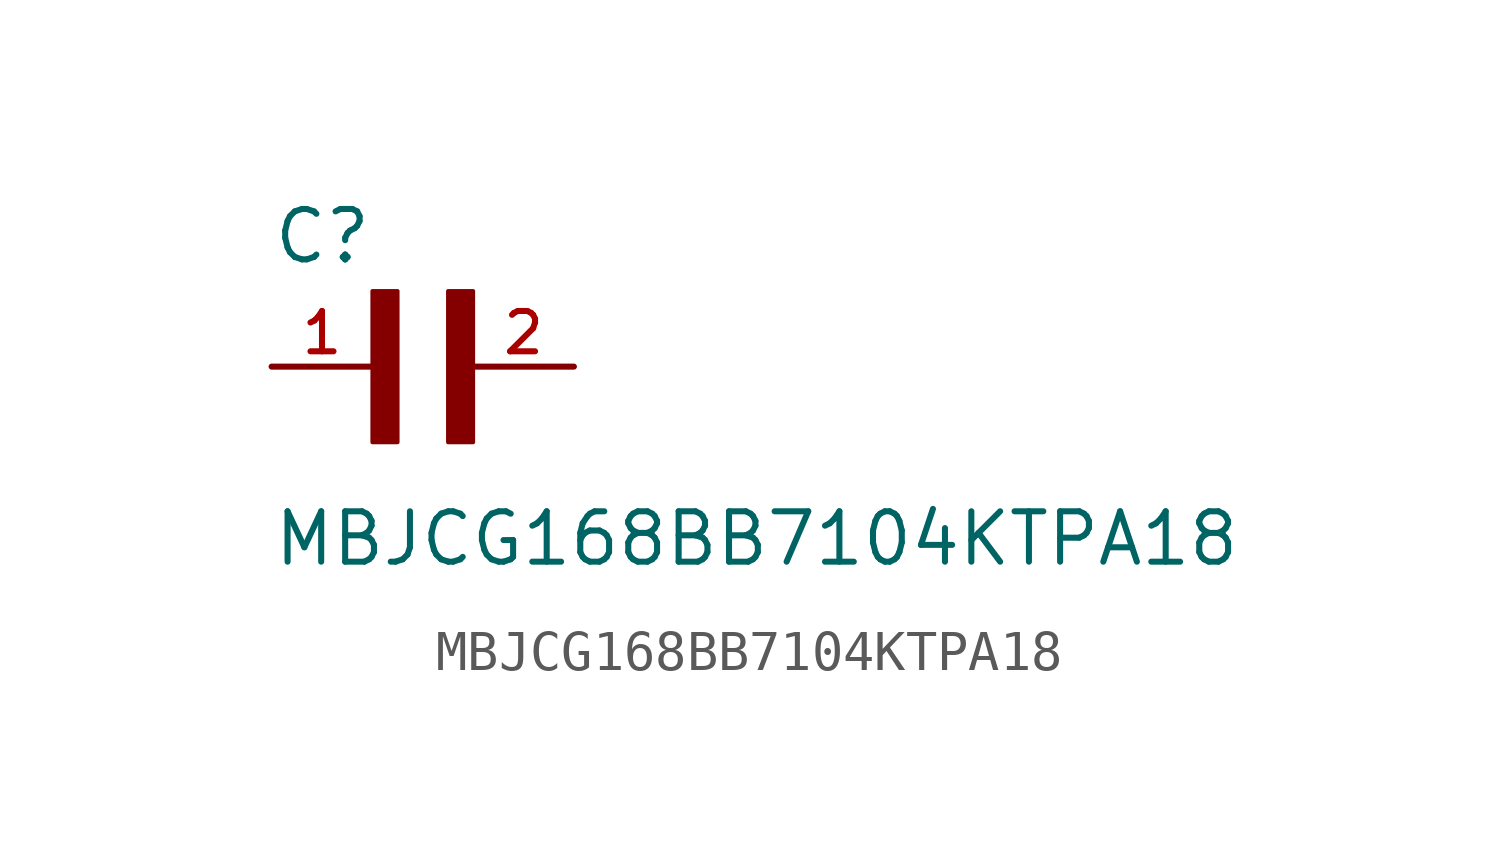
<source format=kicad_sym>
(kicad_symbol_lib
  (version 20211014)
  (generator kicad_symbol_editor)
  (symbol "MBJCG168BB7104KTPA18"
    (pin_names
      (offset 1.016))
    (property "Reference" "C"
      (at -2.54 2.54 0)
      (effects (font (size 1.27 1.27)) (justify bottom left)))
    (property "Value" "MBJCG168BB7104KTPA18"
      (at -2.54 -5.08 0)
      (effects (font (size 1.27 1.27)) (justify bottom left)))
    (symbol "MBJCG168BB7104KTPA18_0_0"
      (rectangle (start 0.0 -1.907) (end 0.635 1.905) (stroke (width 0.1)) (fill (type outline)))
      (rectangle (start 1.907 -1.907) (end 2.54 1.905) (stroke (width 0.1)) (fill (type outline)))
      (pin passive line (at -2.54 0.0 0) (length 2.54) (name "~" (effects (font (size 1.016 1.016)))) (number "1" (effects (font (size 1.016 1.016)))))
      (pin passive line (at 5.08 0.0 180.0) (length 2.54) (name "~" (effects (font (size 1.016 1.016)))) (number "2" (effects (font (size 1.016 1.016))))))))
</source>
